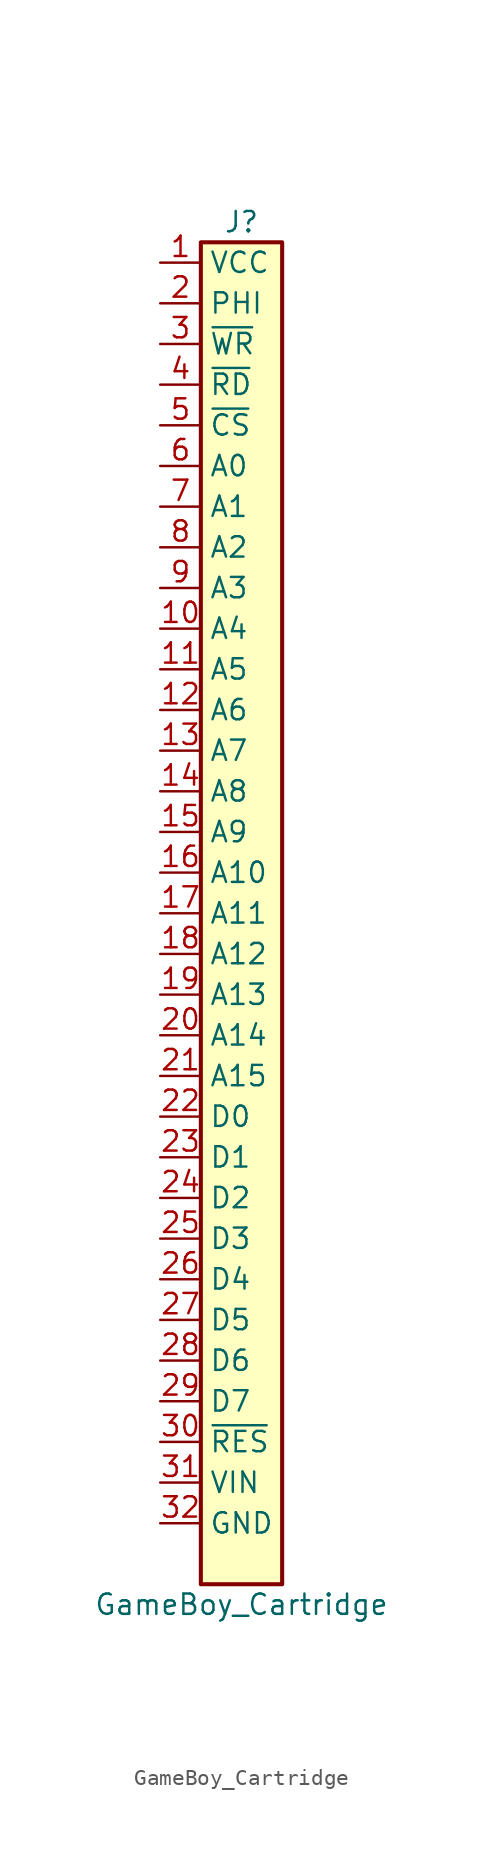
<source format=kicad_sym>
(kicad_symbol_lib
  (version 20220914)
  (generator kicad_symbol_editor)
  (symbol "GameBoy_Cartridge"
    (property "Reference" "J"
      (at 0 43.18 0)
      (effects (font (size 1.27 1.27))))
    (property "Value" "GameBoy_Cartridge"
      (at 0 -43.18 0)
      (effects (font (size 1.27 1.27))))
    (symbol "GameBoy_Cartridge_0_1"
      (rectangle (start -2.54 41.91) (end 2.54 -41.91) (stroke (width 0.254) (type default)) (fill (type background))))
    (symbol "GameBoy_Cartridge_1_1"
      (pin passive line (at -5.08 40.64 0) (length 2.54) (name "VCC" (effects (font (size 1.27 1.27)))) (number "1" (effects (font (size 1.27 1.27)))))
      (pin passive line (at -5.08 17.78 0) (length 2.54) (name "A4" (effects (font (size 1.27 1.27)))) (number "10" (effects (font (size 1.27 1.27)))))
      (pin passive line (at -5.08 15.24 0) (length 2.54) (name "A5" (effects (font (size 1.27 1.27)))) (number "11" (effects (font (size 1.27 1.27)))))
      (pin passive line (at -5.08 12.7 0) (length 2.54) (name "A6" (effects (font (size 1.27 1.27)))) (number "12" (effects (font (size 1.27 1.27)))))
      (pin passive line (at -5.08 10.16 0) (length 2.54) (name "A7" (effects (font (size 1.27 1.27)))) (number "13" (effects (font (size 1.27 1.27)))))
      (pin passive line (at -5.08 7.62 0) (length 2.54) (name "A8" (effects (font (size 1.27 1.27)))) (number "14" (effects (font (size 1.27 1.27)))))
      (pin passive line (at -5.08 5.08 0) (length 2.54) (name "A9" (effects (font (size 1.27 1.27)))) (number "15" (effects (font (size 1.27 1.27)))))
      (pin passive line (at -5.08 2.54 0) (length 2.54) (name "A10" (effects (font (size 1.27 1.27)))) (number "16" (effects (font (size 1.27 1.27)))))
      (pin passive line (at -5.08 0 0) (length 2.54) (name "A11" (effects (font (size 1.27 1.27)))) (number "17" (effects (font (size 1.27 1.27)))))
      (pin passive line (at -5.08 -2.54 0) (length 2.54) (name "A12" (effects (font (size 1.27 1.27)))) (number "18" (effects (font (size 1.27 1.27)))))
      (pin passive line (at -5.08 -5.08 0) (length 2.54) (name "A13" (effects (font (size 1.27 1.27)))) (number "19" (effects (font (size 1.27 1.27)))))
      (pin passive line (at -5.08 38.1 0) (length 2.54) (name "PHI" (effects (font (size 1.27 1.27)))) (number "2" (effects (font (size 1.27 1.27)))))
      (pin passive line (at -5.08 -7.62 0) (length 2.54) (name "A14" (effects (font (size 1.27 1.27)))) (number "20" (effects (font (size 1.27 1.27)))))
      (pin passive line (at -5.08 -10.16 0) (length 2.54) (name "A15" (effects (font (size 1.27 1.27)))) (number "21" (effects (font (size 1.27 1.27)))))
      (pin passive line (at -5.08 -12.7 0) (length 2.54) (name "D0" (effects (font (size 1.27 1.27)))) (number "22" (effects (font (size 1.27 1.27)))))
      (pin passive line (at -5.08 -15.24 0) (length 2.54) (name "D1" (effects (font (size 1.27 1.27)))) (number "23" (effects (font (size 1.27 1.27)))))
      (pin passive line (at -5.08 -17.78 0) (length 2.54) (name "D2" (effects (font (size 1.27 1.27)))) (number "24" (effects (font (size 1.27 1.27)))))
      (pin passive line (at -5.08 -20.32 0) (length 2.54) (name "D3" (effects (font (size 1.27 1.27)))) (number "25" (effects (font (size 1.27 1.27)))))
      (pin passive line (at -5.08 -22.86 0) (length 2.54) (name "D4" (effects (font (size 1.27 1.27)))) (number "26" (effects (font (size 1.27 1.27)))))
      (pin passive line (at -5.08 -25.4 0) (length 2.54) (name "D5" (effects (font (size 1.27 1.27)))) (number "27" (effects (font (size 1.27 1.27)))))
      (pin passive line (at -5.08 -27.94 0) (length 2.54) (name "D6" (effects (font (size 1.27 1.27)))) (number "28" (effects (font (size 1.27 1.27)))))
      (pin passive line (at -5.08 -30.48 0) (length 2.54) (name "D7" (effects (font (size 1.27 1.27)))) (number "29" (effects (font (size 1.27 1.27)))))
      (pin passive line (at -5.08 35.56 0) (length 2.54) (name "~{WR}" (effects (font (size 1.27 1.27)))) (number "3" (effects (font (size 1.27 1.27)))))
      (pin passive line (at -5.08 -33.02 0) (length 2.54) (name "~{RES}" (effects (font (size 1.27 1.27)))) (number "30" (effects (font (size 1.27 1.27)))))
      (pin passive line (at -5.08 -35.56 0) (length 2.54) (name "VIN" (effects (font (size 1.27 1.27)))) (number "31" (effects (font (size 1.27 1.27)))))
      (pin passive line (at -5.08 -38.1 0) (length 2.54) (name "GND" (effects (font (size 1.27 1.27)))) (number "32" (effects (font (size 1.27 1.27)))))
      (pin passive line (at -5.08 33.02 0) (length 2.54) (name "~{RD}" (effects (font (size 1.27 1.27)))) (number "4" (effects (font (size 1.27 1.27)))))
      (pin passive line (at -5.08 30.48 0) (length 2.54) (name "~{CS}" (effects (font (size 1.27 1.27)))) (number "5" (effects (font (size 1.27 1.27)))))
      (pin passive line (at -5.08 27.94 0) (length 2.54) (name "A0" (effects (font (size 1.27 1.27)))) (number "6" (effects (font (size 1.27 1.27)))))
      (pin passive line (at -5.08 25.4 0) (length 2.54) (name "A1" (effects (font (size 1.27 1.27)))) (number "7" (effects (font (size 1.27 1.27)))))
      (pin passive line (at -5.08 22.86 0) (length 2.54) (name "A2" (effects (font (size 1.27 1.27)))) (number "8" (effects (font (size 1.27 1.27)))))
      (pin passive line (at -5.08 20.32 0) (length 2.54) (name "A3" (effects (font (size 1.27 1.27)))) (number "9" (effects (font (size 1.27 1.27))))))))
</source>
